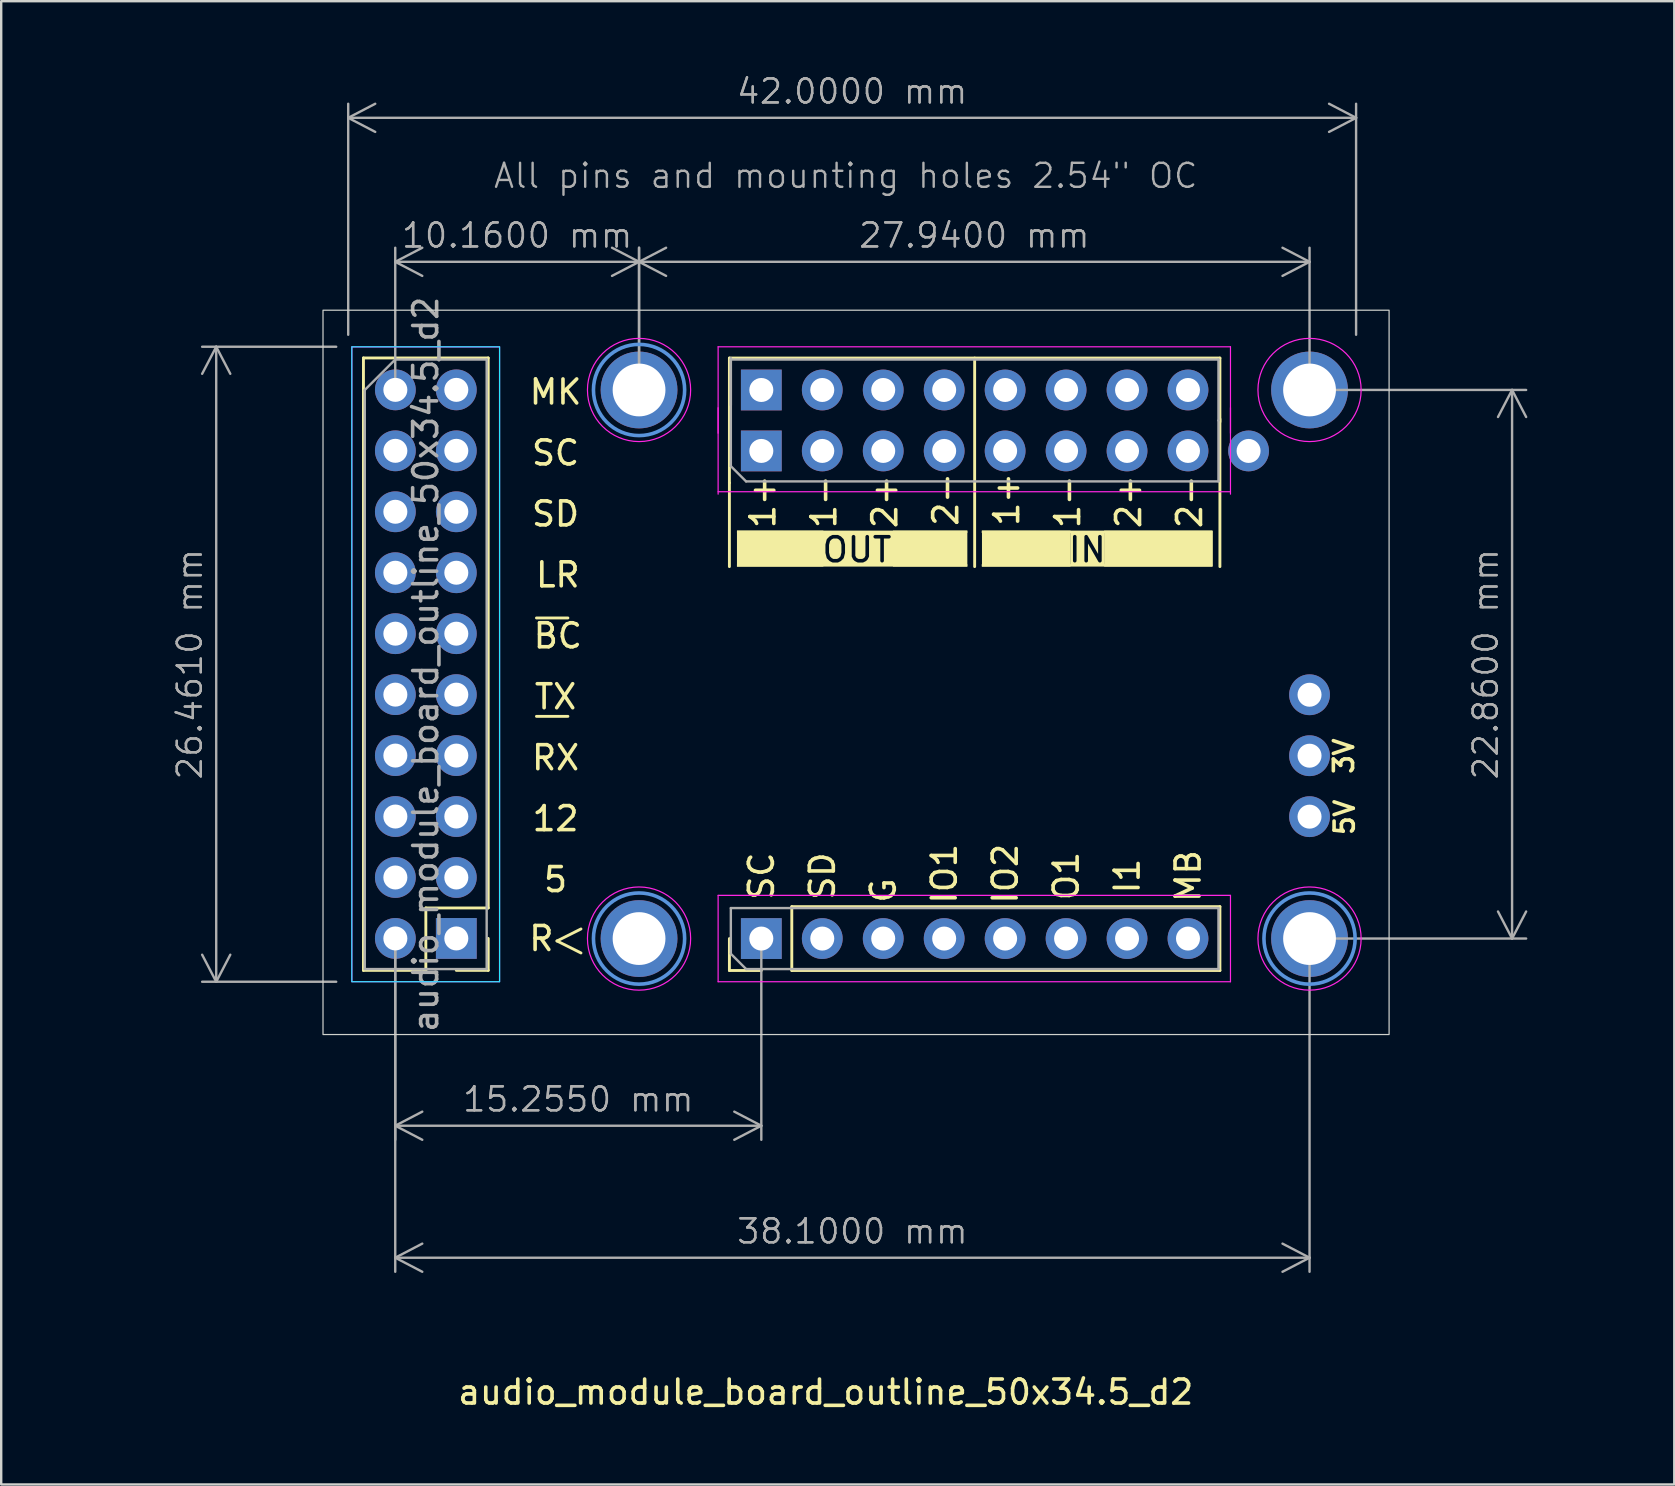
<source format=kicad_pcb>
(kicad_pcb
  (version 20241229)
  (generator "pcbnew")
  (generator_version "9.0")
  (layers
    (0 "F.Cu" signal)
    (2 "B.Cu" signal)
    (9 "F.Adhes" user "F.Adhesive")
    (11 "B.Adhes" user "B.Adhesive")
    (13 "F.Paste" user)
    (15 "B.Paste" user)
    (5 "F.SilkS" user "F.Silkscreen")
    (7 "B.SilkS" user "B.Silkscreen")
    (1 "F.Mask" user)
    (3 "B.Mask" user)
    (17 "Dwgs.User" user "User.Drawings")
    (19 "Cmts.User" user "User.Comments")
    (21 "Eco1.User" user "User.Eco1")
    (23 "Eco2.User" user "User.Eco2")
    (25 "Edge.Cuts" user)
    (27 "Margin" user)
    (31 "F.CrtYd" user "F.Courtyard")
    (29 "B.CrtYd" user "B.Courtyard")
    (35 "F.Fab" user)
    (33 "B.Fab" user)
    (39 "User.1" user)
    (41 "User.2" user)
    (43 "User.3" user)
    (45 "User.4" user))
  (footprint "audio_module_board_outline_50x34.5_d2"
    (layer "F.Cu")
    (at 11.46 37.861)
    (property "Reference" "audio_module_board_outline_50x34.5_d2" (at 19.9 17.1 180) (layer "F.SilkS") (effects (font (size 1 1) (thickness 0.15))))
    (attr through_hole exclude_from_bom)
    (fp_line (start 0.635 -0.475) (end 0.635 -25.995) (stroke (width 0.12) (type solid)) (layer "F.SilkS"))
    (fp_line (start 3.235 -3.075) (end 3.235 -0.475) (stroke (width 0.12) (type solid)) (layer "F.SilkS"))
    (fp_line (start 3.235 -0.475) (end 0.635 -0.475) (stroke (width 0.12) (type solid)) (layer "F.SilkS"))
    (fp_line (start 5.835 -25.995) (end 0.635 -25.995) (stroke (width 0.12) (type solid)) (layer "F.SilkS"))
    (fp_line (start 5.835 -3.075) (end 3.235 -3.075) (stroke (width 0.12) (type solid)) (layer "F.SilkS"))
    (fp_line (start 5.835 -3.075) (end 5.835 -25.995) (stroke (width 0.12) (type solid)) (layer "F.SilkS"))
    (fp_line (start 5.835 -1.805) (end 5.835 -0.475) (stroke (width 0.12) (type solid)) (layer "F.SilkS"))
    (fp_line (start 5.835 -0.475) (end 4.505 -0.475) (stroke (width 0.12) (type solid)) (layer "F.SilkS"))
    (fp_line (start 7.845 -15.16) (end 9.155 -15.16) (stroke (width 0.12) (type solid)) (layer "F.SilkS"))
    (fp_line (start 8.7 -1.7) (end 9.7 -1.2) (stroke (width 0.12) (type solid)) (layer "F.SilkS"))
    (fp_line (start 9.155 -11.06) (end 7.845 -11.06) (stroke (width 0.12) (type solid)) (layer "F.SilkS"))
    (fp_line (start 9.7 -2.2) (end 8.7 -1.7) (stroke (width 0.12) (type solid)) (layer "F.SilkS"))
    (fp_line (start 15.885 -25.99) (end 36.325 -25.99) (stroke (width 0.12) (type solid)) (layer "F.SilkS"))
    (fp_line (start 15.885 -20.79) (end 15.885 -25.99) (stroke (width 0.12) (type solid)) (layer "F.SilkS"))
    (fp_line (start 15.885 -20.79) (end 15.885 -17.3) (stroke (width 0.12) (type solid)) (layer "F.SilkS"))
    (fp_line (start 15.885 -0.47) (end 15.885 -1.8) (stroke (width 0.12) (type solid)) (layer "F.SilkS"))
    (fp_line (start 17.215 -0.47) (end 15.885 -0.47) (stroke (width 0.12) (type solid)) (layer "F.SilkS"))
    (fp_line (start 18.485 -3.13) (end 36.325 -3.13) (stroke (width 0.12) (type solid)) (layer "F.SilkS"))
    (fp_line (start 18.485 -0.47) (end 18.485 -3.13) (stroke (width 0.12) (type solid)) (layer "F.SilkS"))
    (fp_line (start 18.485 -0.47) (end 36.325 -0.47) (stroke (width 0.12) (type solid)) (layer "F.SilkS"))
    (fp_line (start 26.105 -25.99) (end 26.105 -17.3) (stroke (width 0.12) (type solid)) (layer "F.SilkS"))
    (fp_line (start 36.325 -23.33) (end 36.325 -25.99) (stroke (width 0.12) (type solid)) (layer "F.SilkS"))
    (fp_line (start 36.325 -17.3) (end 36.325 -23.45) (stroke (width 0.12) (type solid)) (layer "F.SilkS"))
    (fp_line (start 36.325 -0.47) (end 36.325 -3.13) (stroke (width 0.12) (type solid)) (layer "F.SilkS"))
    (fp_rect (start 16.2 -18.8) (end 19.8 -17.3) (stroke (width 0) (type solid)) (fill yes) (layer "F.SilkS"))
    (fp_rect (start 16.2 -18.8) (end 25.8 -18.7) (stroke (width 0) (type solid)) (fill yes) (layer "F.SilkS"))
    (fp_rect (start 16.2 -17.4) (end 25.8 -17.3) (stroke (width 0) (type solid)) (fill yes) (layer "F.SilkS"))
    (fp_rect (start 22.7 -18.8) (end 25.8 -17.3) (stroke (width 0) (type solid)) (fill yes) (layer "F.SilkS"))
    (fp_rect (start 26.4 -18.8) (end 36 -18.7) (stroke (width 0) (type solid)) (fill yes) (layer "F.SilkS"))
    (fp_rect (start 26.4 -17.4) (end 36 -17.3) (stroke (width 0) (type solid)) (fill yes) (layer "F.SilkS"))
    (fp_rect (start 26.41 -18.8) (end 30.1 -17.3) (stroke (width 0) (type solid)) (fill yes) (layer "F.SilkS"))
    (fp_rect (start 31.5 -18.8) (end 36.03 -17.3) (stroke (width 0) (type solid)) (fill yes) (layer "F.SilkS"))
    (fp_circle (center 12.12 -24.66) (end 14.02 -24.66) (stroke (width 0.15) (type solid)) (fill no) (layer "Cmts.User"))
    (fp_circle (center 12.12 -1.8) (end 14.02 -1.8) (stroke (width 0.15) (type solid)) (fill no) (layer "Cmts.User"))
    (fp_circle (center 40.06 -1.8) (end 41.96 -1.8) (stroke (width 0.15) (type solid)) (fill no) (layer "Cmts.User"))
    (fp_rect (start -1.05 -27.985) (end 43.375 2.2) (stroke (width 0.05) (type default)) (fill no) (layer "Edge.Cuts"))
    (fp_rect (start 0.15 -26.46) (end 6.31 0) (stroke (width 0.05) (type default)) (fill no) (layer "B.CrtYd"))
    (fp_line (start 0.155 -26.455) (end 0.155 -0.005) (stroke (width 0.05) (type solid)) (layer "F.CrtYd"))
    (fp_line (start 0.155 -0.005) (end 6.305 -0.005) (stroke (width 0.05) (type solid)) (layer "F.CrtYd"))
    (fp_line (start 6.305 -26.455) (end 0.155 -26.455) (stroke (width 0.05) (type solid)) (layer "F.CrtYd"))
    (fp_line (start 6.305 -0.005) (end 6.305 -26.455) (stroke (width 0.05) (type solid)) (layer "F.CrtYd"))
    (fp_line (start 15.415 -26.46) (end 15.415 -22.86) (stroke (width 0.05) (type solid)) (layer "F.CrtYd"))
    (fp_line (start 15.415 -23.92) (end 15.415 -20.32) (stroke (width 0.05) (type solid)) (layer "F.CrtYd"))
    (fp_line (start 15.415 -20.42) (end 36.765 -20.42) (stroke (width 0.05) (type solid)) (layer "F.CrtYd"))
    (fp_line (start 15.415 -3.6) (end 15.415 0) (stroke (width 0.05) (type solid)) (layer "F.CrtYd"))
    (fp_line (start 15.415 0) (end 36.765 0) (stroke (width 0.05) (type solid)) (layer "F.CrtYd"))
    (fp_line (start 36.765 -26.46) (end 15.415 -26.46) (stroke (width 0.05) (type solid)) (layer "F.CrtYd"))
    (fp_line (start 36.765 -22.86) (end 36.765 -26.46) (stroke (width 0.05) (type solid)) (layer "F.CrtYd"))
    (fp_line (start 36.765 -20.32) (end 36.765 -23.92) (stroke (width 0.05) (type solid)) (layer "F.CrtYd"))
    (fp_line (start 36.765 -3.6) (end 15.415 -3.6) (stroke (width 0.05) (type solid)) (layer "F.CrtYd"))
    (fp_line (start 36.765 0) (end 36.765 -3.6) (stroke (width 0.05) (type solid)) (layer "F.CrtYd"))
    (fp_circle (center 12.12 -24.66) (end 14.27 -24.66) (stroke (width 0.05) (type solid)) (fill no) (layer "F.CrtYd"))
    (fp_circle (center 12.12 -1.8) (end 14.27 -1.8) (stroke (width 0.05) (type solid)) (fill no) (layer "F.CrtYd"))
    (fp_circle (center 40.06 -24.66) (end 42.21 -24.66) (stroke (width 0.05) (type solid)) (fill no) (layer "F.CrtYd"))
    (fp_circle (center 40.06 -1.8) (end 42.21 -1.8) (stroke (width 0.05) (type solid)) (fill no) (layer "F.CrtYd"))
    (fp_line (start 0.69 -24.66) (end 1.96 -25.93) (stroke (width 0.1) (type solid)) (layer "F.Fab"))
    (fp_line (start 0.69 -0.53) (end 0.69 -24.66) (stroke (width 0.1) (type solid)) (layer "F.Fab"))
    (fp_line (start 1.96 -25.93) (end 5.77 -25.93) (stroke (width 0.1) (type solid)) (layer "F.Fab"))
    (fp_line (start 5.77 -25.93) (end 5.77 -0.53) (stroke (width 0.1) (type solid)) (layer "F.Fab"))
    (fp_line (start 5.77 -0.53) (end 0.69 -0.53) (stroke (width 0.1) (type solid)) (layer "F.Fab"))
    (fp_line (start 15.945 -25.93) (end 36.265 -25.93) (stroke (width 0.1) (type solid)) (layer "F.Fab"))
    (fp_line (start 15.945 -24.025) (end 15.945 -25.93) (stroke (width 0.1) (type solid)) (layer "F.Fab"))
    (fp_line (start 15.945 -21.485) (end 15.945 -25.99) (stroke (width 0.1) (type solid)) (layer "F.Fab"))
    (fp_line (start 15.945 -3.07) (end 36.265 -3.07) (stroke (width 0.1) (type solid)) (layer "F.Fab"))
    (fp_line (start 15.945 -1.165) (end 15.945 -3.07) (stroke (width 0.1) (type solid)) (layer "F.Fab"))
    (fp_line (start 16.58 -20.85) (end 15.945 -21.485) (stroke (width 0.1) (type solid)) (layer "F.Fab"))
    (fp_line (start 16.58 -0.53) (end 15.945 -1.165) (stroke (width 0.1) (type solid)) (layer "F.Fab"))
    (fp_line (start 36.265 -25.93) (end 36.265 -23.39) (stroke (width 0.1) (type solid)) (layer "F.Fab"))
    (fp_line (start 36.265 -23.39) (end 36.265 -20.85) (stroke (width 0.1) (type solid)) (layer "F.Fab"))
    (fp_line (start 36.265 -20.85) (end 16.58 -20.85) (stroke (width 0.1) (type solid)) (layer "F.Fab"))
    (fp_line (start 36.265 -3.07) (end 36.265 -0.53) (stroke (width 0.1) (type solid)) (layer "F.Fab"))
    (fp_line (start 36.265 -0.53) (end 16.58 -0.53) (stroke (width 0.1) (type solid)) (layer "F.Fab"))
    (fp_text user "BC" (at 8.735 -14.415 0) (unlocked yes) (layer "F.SilkS") (effects (font (size 1 1) (thickness 0.15))))
    (fp_text user "SC" (at 8.64 -22.035 0) (unlocked yes) (layer "F.SilkS") (effects (font (size 1 1) (thickness 0.15))))
    (fp_text user "1+" (at 17.28 -20.005 90) (unlocked yes) (layer "F.SilkS") (effects (font (size 1 1) (thickness 0.15))))
    (fp_text user "O1" (at 29.92 -4.405 90) (unlocked yes) (layer "F.SilkS") (effects (font (size 1 1) (thickness 0.15))))
    (fp_text user "RX" (at 8.64 -9.335 0) (unlocked yes) (layer "F.SilkS") (effects (font (size 1 1) (thickness 0.15))))
    (fp_text user "I1" (at 32.46 -4.405 90) (unlocked yes) (layer "F.SilkS") (effects (font (size 1 1) (thickness 0.15))))
    (fp_text user "1-" (at 29.98 -20.005 90) (unlocked yes) (layer "F.SilkS") (effects (font (size 1 1) (thickness 0.15))))
    (fp_text user "IN" (at 30.8 -18 0) (unlocked yes) (layer "F.SilkS" knockout) (effects (font (size 1 1) (thickness 0.15))))
    (fp_text user "TX" (at 8.64 -11.875 0) (unlocked yes) (layer "F.SilkS") (effects (font (size 1 1) (thickness 0.15))))
    (fp_text user "2+" (at 32.52 -20.005 90) (unlocked yes) (layer "F.SilkS") (effects (font (size 1 1) (thickness 0.15))))
    (fp_text user "3V" (at 41.49 -9.4 90) (unlocked yes) (layer "F.SilkS") (effects (font (size 0.8 0.8) (thickness 0.15))))
    (fp_text user "12" (at 8.64 -6.795 0) (unlocked yes) (layer "F.SilkS") (effects (font (size 1 1) (thickness 0.15))))
    (fp_text user "IO1" (at 24.84 -4.5 90) (unlocked yes) (layer "F.SilkS") (effects (font (size 1 1) (thickness 0.15))))
    (fp_text user "1+" (at 27.44 -20.1 90) (unlocked yes) (layer "F.SilkS") (effects (font (size 1 1) (thickness 0.15))))
    (fp_text user "SD" (at 8.64 -19.495 0) (unlocked yes) (layer "F.SilkS") (effects (font (size 1 1) (thickness 0.15))))
    (fp_text user "LR" (at 8.735 -16.955 0) (unlocked yes) (layer "F.SilkS") (effects (font (size 1 1) (thickness 0.15))))
    (fp_text user "2+" (at 22.36 -20.005 90) (unlocked yes) (layer "F.SilkS") (effects (font (size 1 1) (thickness 0.15))))
    (fp_text user "SC" (at 17.22 -4.405 90) (unlocked yes) (layer "F.SilkS") (effects (font (size 1 1) (thickness 0.15))))
    (fp_text user "MB" (at 35 -4.405 90) (unlocked yes) (layer "F.SilkS") (effects (font (size 1 1) (thickness 0.15))))
    (fp_text user "2-" (at 24.9 -20.1 90) (unlocked yes) (layer "F.SilkS") (effects (font (size 1 1) (thickness 0.15))))
    (fp_text user "IO2" (at 27.38 -4.5 90) (unlocked yes) (layer "F.SilkS") (effects (font (size 1 1) (thickness 0.15))))
    (fp_text user "SD" (at 19.76 -4.405 90) (unlocked yes) (layer "F.SilkS") (effects (font (size 1 1) (thickness 0.15))))
    (fp_text user "5V" (at 41.52 -6.85 90) (unlocked yes) (layer "F.SilkS") (effects (font (size 0.8 0.8) (thickness 0.15))))
    (fp_text user "5" (at 8.64 -4.255 0) (unlocked yes) (layer "F.SilkS") (effects (font (size 1 1) (thickness 0.15))))
    (fp_text user "1-" (at 19.82 -20.005 90) (unlocked yes) (layer "F.SilkS") (effects (font (size 1 1) (thickness 0.15))))
    (fp_text user "2-" (at 35.06 -20.005 90) (unlocked yes) (layer "F.SilkS") (effects (font (size 1 1) (thickness 0.15))))
    (fp_text user "MK" (at 8.64 -24.575 0) (unlocked yes) (layer "F.SilkS") (effects (font (size 1 1) (thickness 0.15))))
    (fp_text user "R" (at 8.05 -1.8 0) (unlocked yes) (layer "F.SilkS") (effects (font (size 1 1) (thickness 0.15))))
    (fp_text user "G" (at 22.3 -3.805 90) (unlocked yes) (layer "F.SilkS") (effects (font (size 1 1) (thickness 0.15))))
    (fp_text user "OUT" (at 21.2 -18 0) (unlocked yes) (layer "F.SilkS" knockout) (effects (font (size 1 1) (thickness 0.15))))
    (fp_text user "${REFERENCE}" (at 3.23 -13.23 90) (layer "F.Fab") (effects (font (size 1 1) (thickness 0.15))))
    (fp_text user "All pins and mounting holes 2.54\" OC" (at 6 -33 0) (unlocked yes) (layer "F.Fab") (effects (font (size 1 1) (thickness 0.1)) (justify left bottom)))
    (dimension (type orthogonal) (layer "F.Fab") (pts (xy 13.42 36.06) (xy 51.52 36.06)) (height 13.3) (orientation 0) (format (prefix "") (suffix "") (units 3) (units_format 1) (precision 4)) (style (thickness 0.1) (arrow_length 1.27) (text_position_mode 0) (arrow_direction outward) (extension_height 0.586) (extension_offset 0.5) (keep_text_aligned yes)) (gr_text "38.1000 mm" (at 32.47 48.261 0) (layer "F.Fab") (effects (font (size 1 1) (thickness 0.1)))))
    (dimension (type orthogonal) (layer "F.Fab") (pts (xy 11.46 11.4) (xy 53.46 11.4)) (height -9.54) (orientation 0) (format (prefix "") (suffix "") (units 3) (units_format 1) (precision 4)) (style (thickness 0.1) (arrow_length 1.27) (text_position_mode 0) (arrow_direction outward) (extension_height 0.586) (extension_offset 0.5) (keep_text_aligned yes)) (gr_text "42.0000 mm" (at 32.46 0.76 0) (layer "F.Fab") (effects (font (size 1 1) (thickness 0.1)))))
    (dimension (type orthogonal) (layer "F.Fab") (pts (xy 13.42 13.2) (xy 23.58 13.2)) (height -5.34) (orientation 0) (format (prefix "") (suffix "") (units 3) (units_format 1) (precision 4)) (style (thickness 0.1) (arrow_length 1.27) (text_position_mode 0) (arrow_direction outward) (extension_height 0.586) (extension_offset 0.5) (keep_text_aligned yes)) (gr_text "10.1600 mm" (at 18.5 6.761 0) (layer "F.Fab") (effects (font (size 1 1) (thickness 0.1)))))
    (dimension (type orthogonal) (layer "F.Fab") (pts (xy 23.58 13.2) (xy 51.52 13.2)) (height -5.34) (orientation 0) (format (prefix "") (suffix "") (units 3) (units_format 1) (precision 4)) (style (thickness 0.1) (arrow_length 1.27) (text_position_mode 0) (arrow_direction outward) (extension_height 0.586) (extension_offset 0.5) (keep_text_aligned yes)) (gr_text "27.9400 mm" (at 37.55 6.761 0) (layer "F.Fab") (effects (font (size 1 1) (thickness 0.1)))))
    (dimension (type orthogonal) (layer "F.Fab") (pts (xy 13.42 36.06) (xy 28.675 36.06)) (height 7.8) (orientation 0) (format (prefix "") (suffix "") (units 3) (units_format 1) (precision 4)) (style (thickness 0.1) (arrow_length 1.27) (text_position_mode 0) (arrow_direction outward) (extension_height 0.586) (extension_offset 0.5) (keep_text_aligned yes)) (gr_text "15.2550 mm" (at 21.047 42.761 0) (layer "F.Fab") (effects (font (size 1 1) (thickness 0.1)))))
    (dimension (type orthogonal) (layer "F.Fab") (pts (xy 51.52 13.2) (xy 51.52 36.06)) (height 8.44) (orientation 1) (format (prefix "") (suffix "") (units 3) (units_format 1) (precision 4)) (style (thickness 0.1) (arrow_length 1.27) (text_position_mode 0) (arrow_direction outward) (extension_height 0.586) (extension_offset 0.5) (keep_text_aligned yes)) (gr_text "22.8600 mm" (at 58.86 24.631 90) (layer "F.Fab") (effects (font (size 1 1) (thickness 0.1)))))
    (dimension (type orthogonal) (layer "F.Fab") (pts (xy 11.46 11.4) (xy 11.46 37.861)) (height -5.5) (orientation 1) (format (prefix "") (suffix "") (units 3) (units_format 1) (precision 4)) (style (thickness 0.1) (arrow_length 1.27) (text_position_mode 0) (arrow_direction outward) (extension_height 0.586) (extension_offset 0.5) (keep_text_aligned yes)) (gr_text "26.4600 mm" (at 4.86 24.631 90) (layer "F.Fab") (effects (font (size 1 1) (thickness 0.1)))))
    (pad "1" thru_hole rect (at 4.505 -1.805 180) (size 1.7 1.7) (drill 1) (layers "*.Cu" "*.Mask"))
    (pad "2" thru_hole oval (at 1.965 -1.805 180) (size 1.7 1.7) (drill 1) (layers "*.Cu" "*.Mask"))
    (pad "3" thru_hole oval (at 4.505 -4.345 180) (size 1.7 1.7) (drill 1) (layers "*.Cu" "*.Mask"))
    (pad "4" thru_hole oval (at 1.965 -4.345 180) (size 1.7 1.7) (drill 1) (layers "*.Cu" "*.Mask"))
    (pad "5" thru_hole oval (at 4.505 -6.885 180) (size 1.7 1.7) (drill 1) (layers "*.Cu" "*.Mask"))
    (pad "6" thru_hole oval (at 1.965 -6.885 180) (size 1.7 1.7) (drill 1) (layers "*.Cu" "*.Mask"))
    (pad "7" thru_hole oval (at 4.505 -9.425 180) (size 1.7 1.7) (drill 1) (layers "*.Cu" "*.Mask"))
    (pad "8" thru_hole oval (at 1.965 -9.425 180) (size 1.7 1.7) (drill 1) (layers "*.Cu" "*.Mask"))
    (pad "9" thru_hole oval (at 4.505 -11.965 180) (size 1.7 1.7) (drill 1) (layers "*.Cu" "*.Mask"))
    (pad "10" thru_hole oval (at 1.965 -11.965 180) (size 1.7 1.7) (drill 1) (layers "*.Cu" "*.Mask"))
    (pad "11" thru_hole oval (at 4.505 -14.505 180) (size 1.7 1.7) (drill 1) (layers "*.Cu" "*.Mask"))
    (pad "12" thru_hole oval (at 1.965 -14.505 90) (size 1.7 1.7) (drill 1) (layers "*.Cu" "*.Mask"))
    (pad "13" thru_hole oval (at 4.505 -17.045 180) (size 1.7 1.7) (drill 1) (layers "*.Cu" "*.Mask"))
    (pad "14" thru_hole oval (at 1.965 -17.045 180) (size 1.7 1.7) (drill 1) (layers "*.Cu" "*.Mask"))
    (pad "15" thru_hole oval (at 4.505 -19.585 180) (size 1.7 1.7) (drill 1) (layers "*.Cu" "*.Mask"))
    (pad "16" thru_hole oval (at 1.965 -19.585 180) (size 1.7 1.7) (drill 1) (layers "*.Cu" "*.Mask"))
    (pad "17" thru_hole oval (at 4.505 -22.125 180) (size 1.7 1.7) (drill 1) (layers "*.Cu" "*.Mask"))
    (pad "18" thru_hole oval (at 1.965 -22.125 180) (size 1.7 1.7) (drill 1) (layers "*.Cu" "*.Mask"))
    (pad "19" thru_hole oval (at 4.505 -24.665 180) (size 1.7 1.7) (drill 1) (layers "*.Cu" "*.Mask"))
    (pad "20" thru_hole oval (at 1.965 -24.665 180) (size 1.7 1.7) (drill 1) (layers "*.Cu" "*.Mask"))
    (pad "21" thru_hole rect (at 17.215 -22.12 90) (size 1.7 1.7) (drill 1) (layers "*.Cu" "*.Mask"))
    (pad "22" thru_hole rect (at 17.215 -24.66 90) (size 1.7 1.7) (drill 1) (layers "*.Cu" "*.Mask"))
    (pad "23" thru_hole oval (at 19.755 -22.12 90) (size 1.7 1.7) (drill 1) (layers "*.Cu" "*.Mask"))
    (pad "24" thru_hole oval (at 19.755 -24.66 90) (size 1.7 1.7) (drill 1) (layers "*.Cu" "*.Mask"))
    (pad "25" thru_hole oval (at 22.295 -22.12 90) (size 1.7 1.7) (drill 1) (layers "*.Cu" "*.Mask"))
    (pad "26" thru_hole oval (at 22.295 -24.66 90) (size 1.7 1.7) (drill 1) (layers "*.Cu" "*.Mask"))
    (pad "27" thru_hole oval (at 24.835 -22.12 90) (size 1.7 1.7) (drill 1) (layers "*.Cu" "*.Mask"))
    (pad "28" thru_hole oval (at 24.835 -24.66 90) (size 1.7 1.7) (drill 1) (layers "*.Cu" "*.Mask"))
    (pad "29" thru_hole oval (at 27.375 -22.12 90) (size 1.7 1.7) (drill 1) (layers "*.Cu" "*.Mask"))
    (pad "30" thru_hole oval (at 27.375 -24.66 90) (size 1.7 1.7) (drill 1) (layers "*.Cu" "*.Mask"))
    (pad "31" thru_hole oval (at 29.915 -22.12 90) (size 1.7 1.7) (drill 1) (layers "*.Cu" "*.Mask"))
    (pad "32" thru_hole oval (at 29.915 -24.66 90) (size 1.7 1.7) (drill 1) (layers "*.Cu" "*.Mask"))
    (pad "33" thru_hole oval (at 32.455 -22.12 90) (size 1.7 1.7) (drill 1) (layers "*.Cu" "*.Mask"))
    (pad "34" thru_hole oval (at 32.455 -24.66 90) (size 1.7 1.7) (drill 1) (layers "*.Cu" "*.Mask"))
    (pad "35" thru_hole oval (at 34.995 -22.12 90) (size 1.7 1.7) (drill 1) (layers "*.Cu" "*.Mask"))
    (pad "36" thru_hole oval (at 34.995 -24.66 90) (size 1.7 1.7) (drill 1) (layers "*.Cu" "*.Mask"))
    (pad "37" thru_hole rect (at 17.215 -1.8 90) (size 1.7 1.7) (drill 1) (layers "*.Cu" "*.Mask"))
    (pad "38" thru_hole oval (at 19.755 -1.8 90) (size 1.7 1.7) (drill 1) (layers "*.Cu" "*.Mask"))
    (pad "39" thru_hole oval (at 22.295 -1.8 90) (size 1.7 1.7) (drill 1) (layers "*.Cu" "*.Mask"))
    (pad "40" thru_hole oval (at 24.835 -1.8 90) (size 1.7 1.7) (drill 1) (layers "*.Cu" "*.Mask"))
    (pad "41" thru_hole oval (at 27.375 -1.8 90) (size 1.7 1.7) (drill 1) (layers "*.Cu" "*.Mask"))
    (pad "42" thru_hole oval (at 29.915 -1.8 90) (size 1.7 1.7) (drill 1) (layers "*.Cu" "*.Mask"))
    (pad "43" thru_hole oval (at 32.455 -1.8 90) (size 1.7 1.7) (drill 1) (layers "*.Cu" "*.Mask"))
    (pad "44" thru_hole oval (at 34.995 -1.8 90) (size 1.7 1.7) (drill 1) (layers "*.Cu" "*.Mask"))
    (pad "45" thru_hole oval (at 40.06 -6.88 90) (size 1.7 1.7) (drill 1) (layers "*.Cu" "*.Mask"))
    (pad "46" thru_hole oval (at 40.06 -9.42 90) (size 1.7 1.7) (drill 1) (layers "*.Cu" "*.Mask"))
    (pad "47" thru_hole oval (at 40.06 -11.96 90) (size 1.7 1.7) (drill 1) (layers "*.Cu" "*.Mask"))
    (pad "48" thru_hole oval (at 37.52 -22.12 90) (size 1.7 1.7) (drill 1) (layers "*.Cu" "*.Mask"))
    (pad "49" thru_hole circle (at 12.12 -24.66) (size 3.2 3.2) (drill 2.2) (layers "*.Cu" "*.Mask"))
    (pad "50" thru_hole circle (at 40.06 -24.66) (size 3.2 3.2) (drill 2.2) (layers "*.Cu" "*.Mask"))
    (pad "51" thru_hole circle (at 12.12 -1.8) (size 3.2 3.2) (drill 2.2) (layers "*.Cu" "*.Mask"))
    (pad "52" thru_hole circle (at 40.06 -1.8) (size 3.2 3.2) (drill 2.2) (layers "*.Cu" "*.Mask")))
  (gr_rect
    (start -3 -3)
    (end 66.719 58.809)
    (stroke (width 0.1) (type default))
    (fill no)
    (layer "Edge.Cuts")))
</source>
